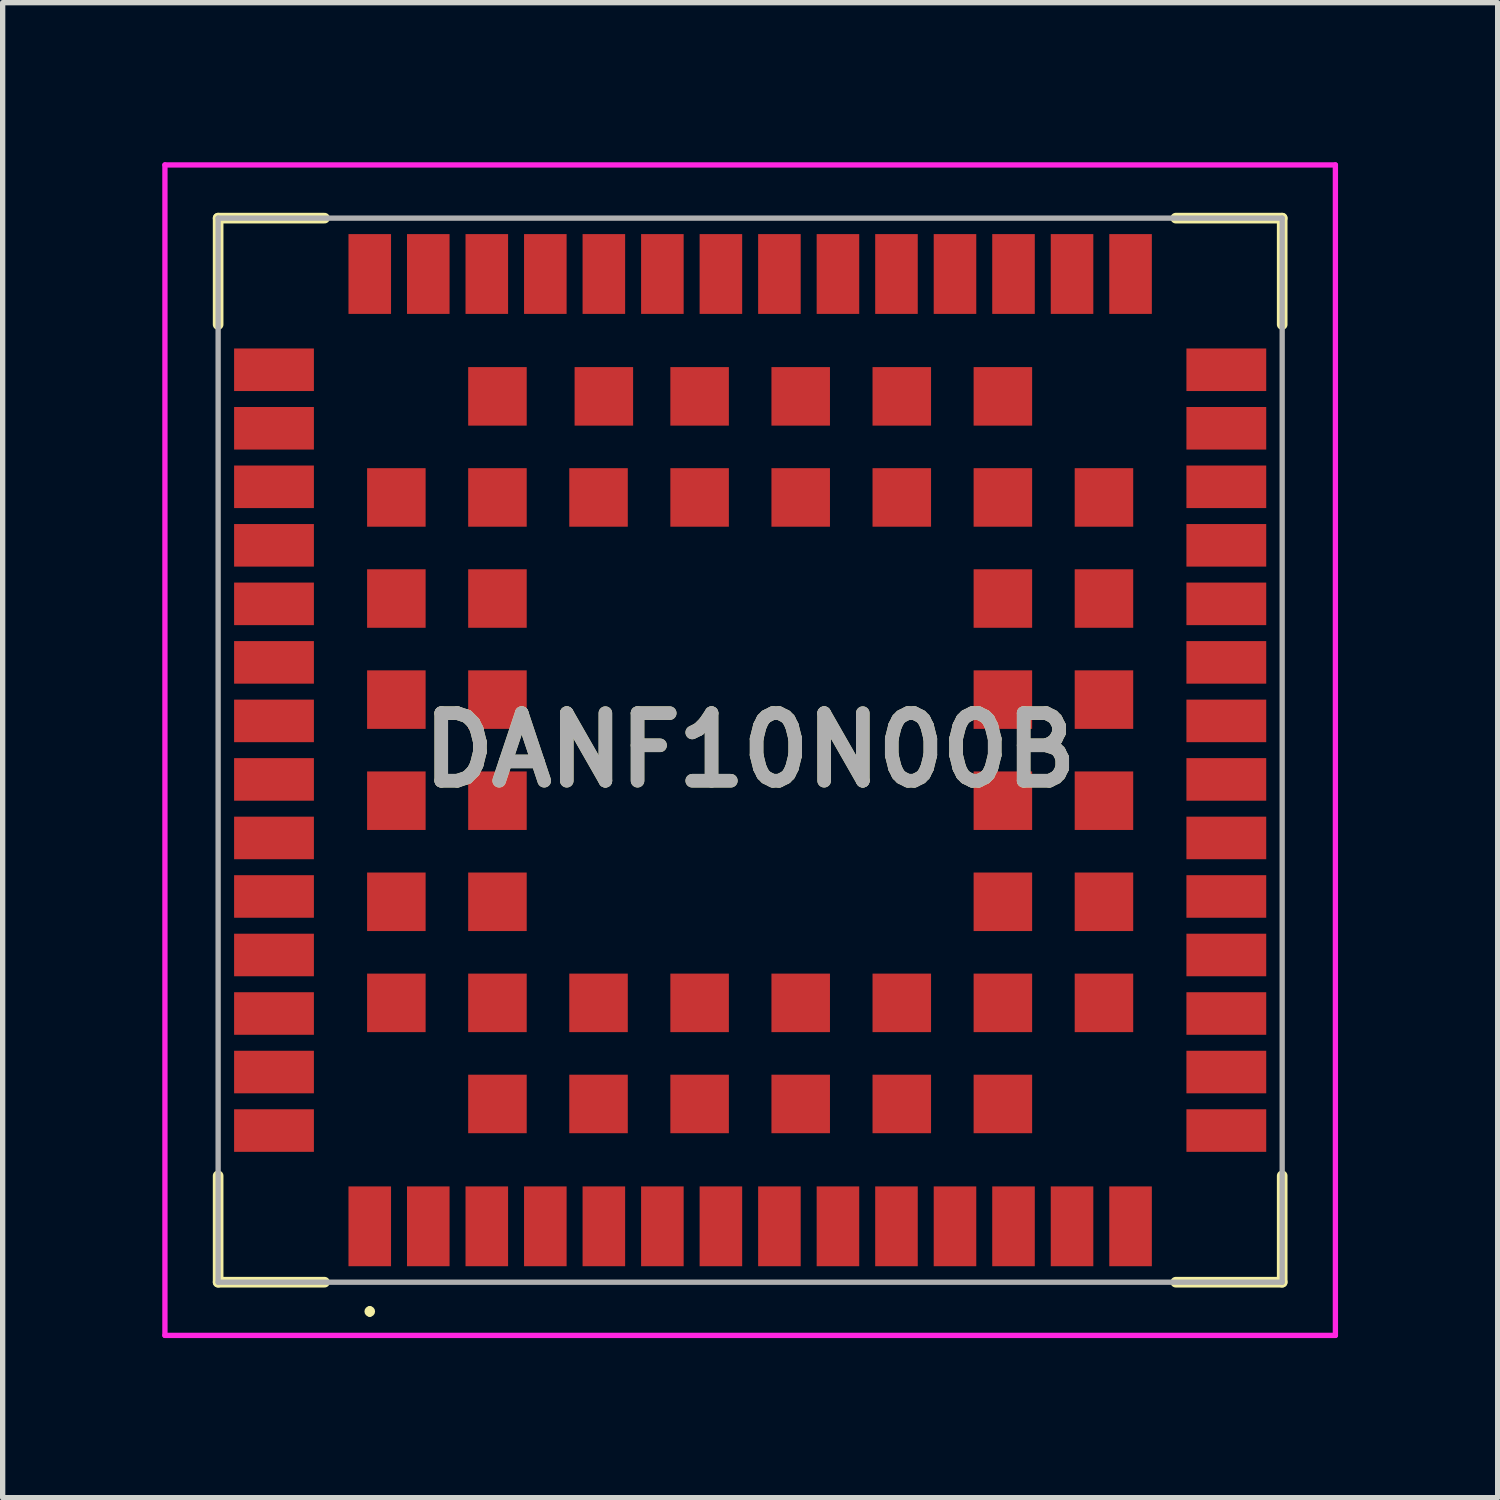
<source format=kicad_pcb>
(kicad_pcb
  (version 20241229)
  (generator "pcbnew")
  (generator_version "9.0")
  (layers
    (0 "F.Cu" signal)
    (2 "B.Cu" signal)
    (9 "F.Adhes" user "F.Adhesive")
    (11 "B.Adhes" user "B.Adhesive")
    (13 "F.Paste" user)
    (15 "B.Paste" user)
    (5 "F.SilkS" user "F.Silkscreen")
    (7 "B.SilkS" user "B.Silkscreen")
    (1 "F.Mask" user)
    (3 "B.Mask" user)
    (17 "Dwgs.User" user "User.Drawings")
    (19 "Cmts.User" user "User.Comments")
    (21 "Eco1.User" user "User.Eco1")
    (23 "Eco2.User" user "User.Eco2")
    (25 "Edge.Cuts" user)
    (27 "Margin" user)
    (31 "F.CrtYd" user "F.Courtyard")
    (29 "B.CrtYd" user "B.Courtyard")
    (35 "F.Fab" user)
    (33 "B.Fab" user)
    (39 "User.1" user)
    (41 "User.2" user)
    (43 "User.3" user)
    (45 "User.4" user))
  (footprint "DANF10N00B"
    (layer "F.Cu")
    (at 11.05 11.05)
    (property "Reference" "DANF10N00B" (at 0 0 0) (layer "F.SilkS") (effects (font (size 1.27 1.27) (thickness 0.254))))
    (attr smd)
    (fp_line (start -10 -10) (end -8 -10) (stroke (width 0.2) (type solid)) (layer "F.SilkS"))
    (fp_line (start -10 -8) (end -10 -10) (stroke (width 0.2) (type solid)) (layer "F.SilkS"))
    (fp_line (start -10 8) (end -10 10) (stroke (width 0.2) (type solid)) (layer "F.SilkS"))
    (fp_line (start -10 10) (end -8 10) (stroke (width 0.2) (type solid)) (layer "F.SilkS"))
    (fp_line (start -7.15 10.5) (end -7.15 10.5) (stroke (width 0.1) (type solid)) (layer "F.SilkS"))
    (fp_line (start -7.15 10.6) (end -7.15 10.6) (stroke (width 0.1) (type solid)) (layer "F.SilkS"))
    (fp_line (start 8 10) (end 10 10) (stroke (width 0.2) (type solid)) (layer "F.SilkS"))
    (fp_line (start 10 -10) (end 8 -10) (stroke (width 0.2) (type solid)) (layer "F.SilkS"))
    (fp_line (start 10 -8) (end 10 -10) (stroke (width 0.2) (type solid)) (layer "F.SilkS"))
    (fp_line (start 10 10) (end 10 8) (stroke (width 0.2) (type solid)) (layer "F.SilkS"))
    (fp_arc (start -7.15 10.5) (mid -7.1 10.55) (end -7.15 10.6) (stroke (width 0.1) (type solid)) (layer "F.SilkS"))
    (fp_arc (start -7.15 10.6) (mid -7.2 10.55) (end -7.15 10.5) (stroke (width 0.1) (type solid)) (layer "F.SilkS"))
    (fp_line (start -11 -11) (end 11 -11) (stroke (width 0.1) (type solid)) (layer "F.CrtYd"))
    (fp_line (start -11 11) (end -11 -11) (stroke (width 0.1) (type solid)) (layer "F.CrtYd"))
    (fp_line (start 11 -11) (end 11 11) (stroke (width 0.1) (type solid)) (layer "F.CrtYd"))
    (fp_line (start 11 11) (end -11 11) (stroke (width 0.1) (type solid)) (layer "F.CrtYd"))
    (fp_line (start -10 -10) (end 10 -10) (stroke (width 0.1) (type solid)) (layer "F.Fab"))
    (fp_line (start -10 10) (end -10 -10) (stroke (width 0.1) (type solid)) (layer "F.Fab"))
    (fp_line (start 10 -10) (end 10 10) (stroke (width 0.1) (type solid)) (layer "F.Fab"))
    (fp_line (start 10 10) (end -10 10) (stroke (width 0.1) (type solid)) (layer "F.Fab"))
    (fp_text user "${REFERENCE}" (at 0 0 0) (layer "F.Fab") (effects (font (size 1.27 1.27) (thickness 0.254))))
    (pad "1" smd rect (at -7.15 8.95) (size 0.8 1.5) (layers "F.Cu" "F.Mask" "F.Paste"))
    (pad "2" smd rect (at -6.05 8.95) (size 0.8 1.5) (layers "F.Cu" "F.Mask" "F.Paste"))
    (pad "3" smd rect (at -4.95 8.95) (size 0.8 1.5) (layers "F.Cu" "F.Mask" "F.Paste"))
    (pad "4" smd rect (at -3.85 8.95) (size 0.8 1.5) (layers "F.Cu" "F.Mask" "F.Paste"))
    (pad "5" smd rect (at -2.75 8.95) (size 0.8 1.5) (layers "F.Cu" "F.Mask" "F.Paste"))
    (pad "6" smd rect (at -1.65 8.95) (size 0.8 1.5) (layers "F.Cu" "F.Mask" "F.Paste"))
    (pad "7" smd rect (at -0.55 8.95) (size 0.8 1.5) (layers "F.Cu" "F.Mask" "F.Paste"))
    (pad "8" smd rect (at 0.55 8.95) (size 0.8 1.5) (layers "F.Cu" "F.Mask" "F.Paste"))
    (pad "9" smd rect (at 1.65 8.95) (size 0.8 1.5) (layers "F.Cu" "F.Mask" "F.Paste"))
    (pad "10" smd rect (at 2.75 8.95) (size 0.8 1.5) (layers "F.Cu" "F.Mask" "F.Paste"))
    (pad "11" smd rect (at 3.85 8.95) (size 0.8 1.5) (layers "F.Cu" "F.Mask" "F.Paste"))
    (pad "12" smd rect (at 4.95 8.95) (size 0.8 1.5) (layers "F.Cu" "F.Mask" "F.Paste"))
    (pad "13" smd rect (at 6.05 8.95) (size 0.8 1.5) (layers "F.Cu" "F.Mask" "F.Paste"))
    (pad "14" smd rect (at 7.15 8.95) (size 0.8 1.5) (layers "F.Cu" "F.Mask" "F.Paste"))
    (pad "15" smd rect (at 8.95 7.15 90) (size 0.8 1.5) (layers "F.Cu" "F.Mask" "F.Paste"))
    (pad "16" smd rect (at 8.95 6.05 90) (size 0.8 1.5) (layers "F.Cu" "F.Mask" "F.Paste"))
    (pad "17" smd rect (at 8.95 4.95 90) (size 0.8 1.5) (layers "F.Cu" "F.Mask" "F.Paste"))
    (pad "18" smd rect (at 8.95 3.85 90) (size 0.8 1.5) (layers "F.Cu" "F.Mask" "F.Paste"))
    (pad "19" smd rect (at 8.95 2.75 90) (size 0.8 1.5) (layers "F.Cu" "F.Mask" "F.Paste"))
    (pad "20" smd rect (at 8.95 1.65 90) (size 0.8 1.5) (layers "F.Cu" "F.Mask" "F.Paste"))
    (pad "21" smd rect (at 8.95 0.55 90) (size 0.8 1.5) (layers "F.Cu" "F.Mask" "F.Paste"))
    (pad "22" smd rect (at 8.95 -0.55 90) (size 0.8 1.5) (layers "F.Cu" "F.Mask" "F.Paste"))
    (pad "23" smd rect (at 8.95 -1.65 90) (size 0.8 1.5) (layers "F.Cu" "F.Mask" "F.Paste"))
    (pad "24" smd rect (at 8.95 -2.75 90) (size 0.8 1.5) (layers "F.Cu" "F.Mask" "F.Paste"))
    (pad "25" smd rect (at 8.95 -3.85 90) (size 0.8 1.5) (layers "F.Cu" "F.Mask" "F.Paste"))
    (pad "26" smd rect (at 8.95 -4.95 90) (size 0.8 1.5) (layers "F.Cu" "F.Mask" "F.Paste"))
    (pad "27" smd rect (at 8.95 -6.05 90) (size 0.8 1.5) (layers "F.Cu" "F.Mask" "F.Paste"))
    (pad "28" smd rect (at 8.95 -7.15 90) (size 0.8 1.5) (layers "F.Cu" "F.Mask" "F.Paste"))
    (pad "29" smd rect (at 7.15 -8.95) (size 0.8 1.5) (layers "F.Cu" "F.Mask" "F.Paste"))
    (pad "30" smd rect (at 6.05 -8.95) (size 0.8 1.5) (layers "F.Cu" "F.Mask" "F.Paste"))
    (pad "31" smd rect (at 4.95 -8.95) (size 0.8 1.5) (layers "F.Cu" "F.Mask" "F.Paste"))
    (pad "32" smd rect (at 3.85 -8.95) (size 0.8 1.5) (layers "F.Cu" "F.Mask" "F.Paste"))
    (pad "33" smd rect (at 2.75 -8.95) (size 0.8 1.5) (layers "F.Cu" "F.Mask" "F.Paste"))
    (pad "34" smd rect (at 1.65 -8.95) (size 0.8 1.5) (layers "F.Cu" "F.Mask" "F.Paste"))
    (pad "35" smd rect (at 0.55 -8.95) (size 0.8 1.5) (layers "F.Cu" "F.Mask" "F.Paste"))
    (pad "36" smd rect (at -0.55 -8.95) (size 0.8 1.5) (layers "F.Cu" "F.Mask" "F.Paste"))
    (pad "37" smd rect (at -1.65 -8.95) (size 0.8 1.5) (layers "F.Cu" "F.Mask" "F.Paste"))
    (pad "38" smd rect (at -2.75 -8.95) (size 0.8 1.5) (layers "F.Cu" "F.Mask" "F.Paste"))
    (pad "39" smd rect (at -3.85 -8.95) (size 0.8 1.5) (layers "F.Cu" "F.Mask" "F.Paste"))
    (pad "40" smd rect (at -4.95 -8.95) (size 0.8 1.5) (layers "F.Cu" "F.Mask" "F.Paste"))
    (pad "41" smd rect (at -6.05 -8.95) (size 0.8 1.5) (layers "F.Cu" "F.Mask" "F.Paste"))
    (pad "42" smd rect (at -7.15 -8.95) (size 0.8 1.5) (layers "F.Cu" "F.Mask" "F.Paste"))
    (pad "43" smd rect (at -8.95 -7.15 90) (size 0.8 1.5) (layers "F.Cu" "F.Mask" "F.Paste"))
    (pad "44" smd rect (at -8.95 -6.05 90) (size 0.8 1.5) (layers "F.Cu" "F.Mask" "F.Paste"))
    (pad "45" smd rect (at -8.95 -4.95 90) (size 0.8 1.5) (layers "F.Cu" "F.Mask" "F.Paste"))
    (pad "46" smd rect (at -8.95 -3.85 90) (size 0.8 1.5) (layers "F.Cu" "F.Mask" "F.Paste"))
    (pad "47" smd rect (at -8.95 -2.75 90) (size 0.8 1.5) (layers "F.Cu" "F.Mask" "F.Paste"))
    (pad "48" smd rect (at -8.95 -1.65 90) (size 0.8 1.5) (layers "F.Cu" "F.Mask" "F.Paste"))
    (pad "49" smd rect (at -8.95 -0.55 90) (size 0.8 1.5) (layers "F.Cu" "F.Mask" "F.Paste"))
    (pad "50" smd rect (at -8.95 0.55 90) (size 0.8 1.5) (layers "F.Cu" "F.Mask" "F.Paste"))
    (pad "51" smd rect (at -8.95 1.65 90) (size 0.8 1.5) (layers "F.Cu" "F.Mask" "F.Paste"))
    (pad "52" smd rect (at -8.95 2.75 90) (size 0.8 1.5) (layers "F.Cu" "F.Mask" "F.Paste"))
    (pad "53" smd rect (at -8.95 3.85 90) (size 0.8 1.5) (layers "F.Cu" "F.Mask" "F.Paste"))
    (pad "54" smd rect (at -8.95 4.95 90) (size 0.8 1.5) (layers "F.Cu" "F.Mask" "F.Paste"))
    (pad "55" smd rect (at -8.95 6.05 90) (size 0.8 1.5) (layers "F.Cu" "F.Mask" "F.Paste"))
    (pad "56" smd rect (at -8.95 7.15 90) (size 0.8 1.5) (layers "F.Cu" "F.Mask" "F.Paste"))
    (pad "57" smd rect (at -4.75 6.65 90) (size 1.1 1.1) (layers "F.Cu" "F.Mask" "F.Paste"))
    (pad "58" smd rect (at -2.85 6.65 90) (size 1.1 1.1) (layers "F.Cu" "F.Mask" "F.Paste"))
    (pad "59" smd rect (at -0.95 6.65 90) (size 1.1 1.1) (layers "F.Cu" "F.Mask" "F.Paste"))
    (pad "60" smd rect (at 0.95 6.65 90) (size 1.1 1.1) (layers "F.Cu" "F.Mask" "F.Paste"))
    (pad "61" smd rect (at 2.85 6.65 90) (size 1.1 1.1) (layers "F.Cu" "F.Mask" "F.Paste"))
    (pad "62" smd rect (at 4.75 6.65 90) (size 1.1 1.1) (layers "F.Cu" "F.Mask" "F.Paste"))
    (pad "63" smd rect (at 6.65 4.75 90) (size 1.1 1.1) (layers "F.Cu" "F.Mask" "F.Paste"))
    (pad "64" smd rect (at 6.65 2.85 90) (size 1.1 1.1) (layers "F.Cu" "F.Mask" "F.Paste"))
    (pad "65" smd rect (at 6.65 0.95 90) (size 1.1 1.1) (layers "F.Cu" "F.Mask" "F.Paste"))
    (pad "66" smd rect (at 6.65 -0.95 90) (size 1.1 1.1) (layers "F.Cu" "F.Mask" "F.Paste"))
    (pad "67" smd rect (at 6.65 -2.85 90) (size 1.1 1.1) (layers "F.Cu" "F.Mask" "F.Paste"))
    (pad "68" smd rect (at 6.65 -4.75 90) (size 1.1 1.1) (layers "F.Cu" "F.Mask" "F.Paste"))
    (pad "69" smd rect (at 4.75 -6.65 90) (size 1.1 1.1) (layers "F.Cu" "F.Mask" "F.Paste"))
    (pad "70" smd rect (at 2.85 -6.65 90) (size 1.1 1.1) (layers "F.Cu" "F.Mask" "F.Paste"))
    (pad "71" smd rect (at 0.95 -6.65 90) (size 1.1 1.1) (layers "F.Cu" "F.Mask" "F.Paste"))
    (pad "72" smd rect (at -0.95 -6.65 90) (size 1.1 1.1) (layers "F.Cu" "F.Mask" "F.Paste"))
    (pad "73" smd rect (at -2.75 -6.65 90) (size 1.1 1.1) (layers "F.Cu" "F.Mask" "F.Paste"))
    (pad "74" smd rect (at -4.75 -6.65 90) (size 1.1 1.1) (layers "F.Cu" "F.Mask" "F.Paste"))
    (pad "75" smd rect (at -6.65 -4.75 90) (size 1.1 1.1) (layers "F.Cu" "F.Mask" "F.Paste"))
    (pad "76" smd rect (at -6.65 -2.85 90) (size 1.1 1.1) (layers "F.Cu" "F.Mask" "F.Paste"))
    (pad "77" smd rect (at -6.65 -0.95 90) (size 1.1 1.1) (layers "F.Cu" "F.Mask" "F.Paste"))
    (pad "78" smd rect (at -6.65 0.95 90) (size 1.1 1.1) (layers "F.Cu" "F.Mask" "F.Paste"))
    (pad "79" smd rect (at -6.65 2.85 90) (size 1.1 1.1) (layers "F.Cu" "F.Mask" "F.Paste"))
    (pad "80" smd rect (at -6.65 4.75 90) (size 1.1 1.1) (layers "F.Cu" "F.Mask" "F.Paste"))
    (pad "81" smd rect (at -4.75 4.75 90) (size 1.1 1.1) (layers "F.Cu" "F.Mask" "F.Paste"))
    (pad "82" smd rect (at -2.85 4.75 90) (size 1.1 1.1) (layers "F.Cu" "F.Mask" "F.Paste"))
    (pad "83" smd rect (at -0.95 4.75 90) (size 1.1 1.1) (layers "F.Cu" "F.Mask" "F.Paste"))
    (pad "84" smd rect (at 0.95 4.75 90) (size 1.1 1.1) (layers "F.Cu" "F.Mask" "F.Paste"))
    (pad "85" smd rect (at 2.85 4.75 90) (size 1.1 1.1) (layers "F.Cu" "F.Mask" "F.Paste"))
    (pad "86" smd rect (at 4.75 4.75 90) (size 1.1 1.1) (layers "F.Cu" "F.Mask" "F.Paste"))
    (pad "87" smd rect (at 4.75 2.85 90) (size 1.1 1.1) (layers "F.Cu" "F.Mask" "F.Paste"))
    (pad "88" smd rect (at 4.75 0.95 90) (size 1.1 1.1) (layers "F.Cu" "F.Mask" "F.Paste"))
    (pad "89" smd rect (at 4.75 -0.95 90) (size 1.1 1.1) (layers "F.Cu" "F.Mask" "F.Paste"))
    (pad "90" smd rect (at 4.75 -2.85 90) (size 1.1 1.1) (layers "F.Cu" "F.Mask" "F.Paste"))
    (pad "91" smd rect (at 4.75 -4.75 90) (size 1.1 1.1) (layers "F.Cu" "F.Mask" "F.Paste"))
    (pad "92" smd rect (at 2.85 -4.75 90) (size 1.1 1.1) (layers "F.Cu" "F.Mask" "F.Paste"))
    (pad "93" smd rect (at 0.95 -4.75 90) (size 1.1 1.1) (layers "F.Cu" "F.Mask" "F.Paste"))
    (pad "94" smd rect (at -0.95 -4.75 90) (size 1.1 1.1) (layers "F.Cu" "F.Mask" "F.Paste"))
    (pad "95" smd rect (at -2.85 -4.75 90) (size 1.1 1.1) (layers "F.Cu" "F.Mask" "F.Paste"))
    (pad "96" smd rect (at -4.75 -4.75 90) (size 1.1 1.1) (layers "F.Cu" "F.Mask" "F.Paste"))
    (pad "97" smd rect (at -4.75 -2.85 90) (size 1.1 1.1) (layers "F.Cu" "F.Mask" "F.Paste"))
    (pad "98" smd rect (at -4.75 -0.95 90) (size 1.1 1.1) (layers "F.Cu" "F.Mask" "F.Paste"))
    (pad "99" smd rect (at -4.75 0.95 90) (size 1.1 1.1) (layers "F.Cu" "F.Mask" "F.Paste"))
    (pad "100" smd rect (at -4.75 2.85 90) (size 1.1 1.1) (layers "F.Cu" "F.Mask" "F.Paste")))
  (gr_rect
    (start -3 -3)
    (end 25.1 25.1)
    (stroke (width 0.1) (type default))
    (fill no)
    (layer "Edge.Cuts")))
</source>
